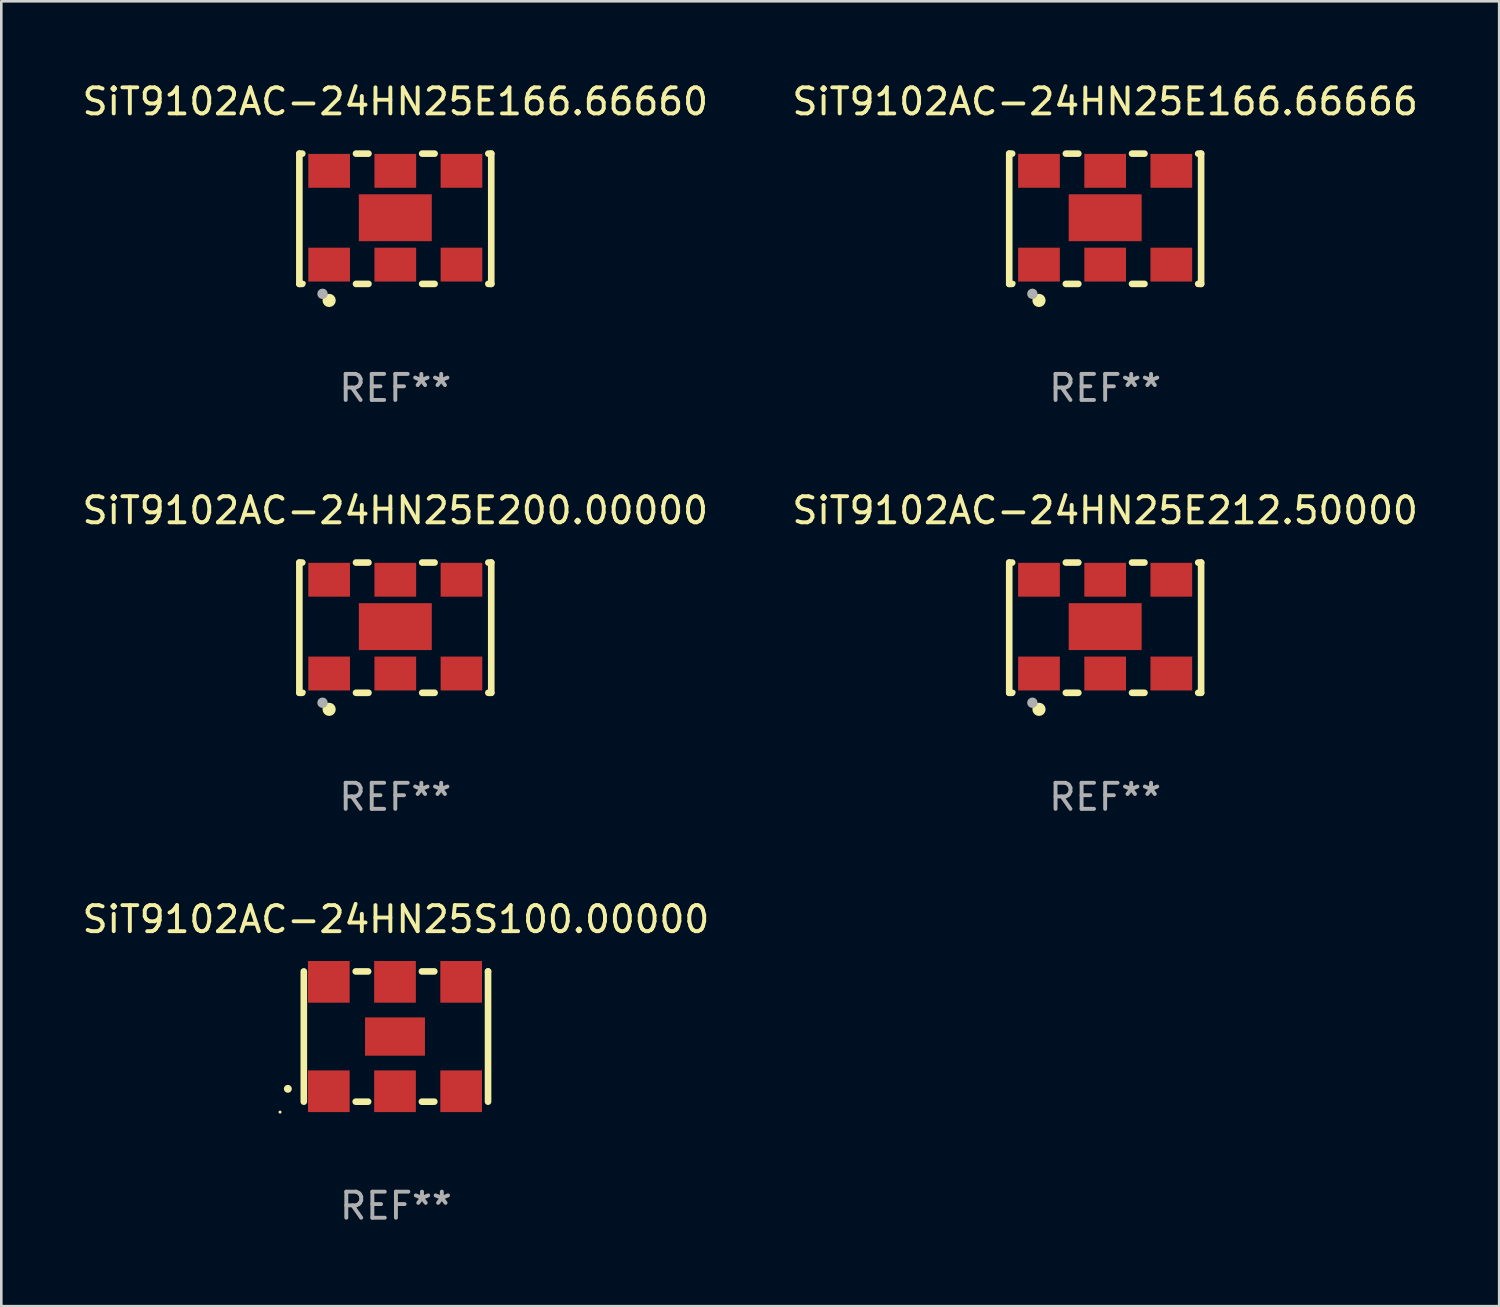
<source format=kicad_pcb>
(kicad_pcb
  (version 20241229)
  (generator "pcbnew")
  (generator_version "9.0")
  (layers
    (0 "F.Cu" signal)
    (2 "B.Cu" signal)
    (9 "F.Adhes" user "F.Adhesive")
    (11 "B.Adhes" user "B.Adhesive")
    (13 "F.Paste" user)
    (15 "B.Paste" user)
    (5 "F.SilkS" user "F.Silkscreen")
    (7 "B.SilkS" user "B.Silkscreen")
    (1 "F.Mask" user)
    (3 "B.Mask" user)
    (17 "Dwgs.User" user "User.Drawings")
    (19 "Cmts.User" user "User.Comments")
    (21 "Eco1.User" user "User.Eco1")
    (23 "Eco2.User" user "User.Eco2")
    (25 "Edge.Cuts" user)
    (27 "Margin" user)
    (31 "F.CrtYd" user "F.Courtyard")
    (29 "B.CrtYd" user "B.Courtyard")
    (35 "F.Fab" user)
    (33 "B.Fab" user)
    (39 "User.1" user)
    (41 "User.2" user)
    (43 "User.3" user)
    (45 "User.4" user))
  (footprint "SiT9102AC-24HN25E166.66666"
    (layer "F.Cu")
    (at 39.375 5.348)
    (property "Reference" "SiT9102AC-24HN25E166.66666" (at 0 -4.5 0) (layer "F.SilkS") (effects (font (size 1 1) (thickness 0.15))))
    (attr through_hole)
    (fp_line (start -3.683 -2.5) (end -3.571 -2.5) (stroke (width 0.254) (type solid)) (layer "F.SilkS"))
    (fp_line (start -3.683 2.5) (end -3.683 -2.5) (stroke (width 0.254) (type solid)) (layer "F.SilkS"))
    (fp_line (start -3.683 2.5) (end -3.571 2.5) (stroke (width 0.254) (type solid)) (layer "F.SilkS"))
    (fp_line (start -1.509 -2.5) (end -1.031 -2.5) (stroke (width 0.254) (type solid)) (layer "F.SilkS"))
    (fp_line (start -1.509 2.5) (end -1.031 2.5) (stroke (width 0.254) (type solid)) (layer "F.SilkS"))
    (fp_line (start 1.031 -2.5) (end 1.509 -2.5) (stroke (width 0.254) (type solid)) (layer "F.SilkS"))
    (fp_line (start 1.031 2.5) (end 1.509 2.5) (stroke (width 0.254) (type solid)) (layer "F.SilkS"))
    (fp_line (start 3.571 -2.5) (end 3.683 -2.5) (stroke (width 0.254) (type solid)) (layer "F.SilkS"))
    (fp_line (start 3.571 2.5) (end 3.683 2.5) (stroke (width 0.254) (type solid)) (layer "F.SilkS"))
    (fp_line (start 3.683 2.5) (end 3.683 -2.5) (stroke (width 0.254) (type solid)) (layer "F.SilkS"))
    (fp_circle (center -3.5 2.46) (end -3.47 2.46) (stroke (width 0.06) (type solid)) (fill no) (layer "F.SilkS"))
    (fp_circle (center -2.54 3.135) (end -2.413 3.135) (stroke (width 0.254) (type solid)) (fill no) (layer "F.SilkS"))
    (fp_circle (center -2.794 2.881) (end -2.694 2.881) (stroke (width 0.2) (type solid)) (fill no) (layer "F.Fab"))
    (fp_text user "REF**" (at 0 6.5 0) (layer "F.Fab") (effects (font (size 1 1) (thickness 0.15))))
    (pad "1" smd rect (at -2.54 1.76) (size 1.6 1.3) (layers "F.Cu" "F.Mask" "F.Paste"))
    (pad "2" smd rect (at 0 1.76) (size 1.6 1.3) (layers "F.Cu" "F.Mask" "F.Paste"))
    (pad "3" smd rect (at 2.54 1.76) (size 1.6 1.3) (layers "F.Cu" "F.Mask" "F.Paste"))
    (pad "4" smd rect (at 2.54 -1.84) (size 1.6 1.3) (layers "F.Cu" "F.Mask" "F.Paste"))
    (pad "5" smd rect (at 0 -1.84) (size 1.6 1.3) (layers "F.Cu" "F.Mask" "F.Paste"))
    (pad "6" smd rect (at -2.54 -1.84) (size 1.6 1.3) (layers "F.Cu" "F.Mask" "F.Paste"))
    (pad "7" smd rect (at 0 -0.04) (size 2.8 1.8) (layers "F.Cu" "F.Mask" "F.Paste")))
  (footprint "SiT9102AC-24HN25E212.50000"
    (layer "F.Cu")
    (at 39.375 21.045)
    (property "Reference" "SiT9102AC-24HN25E212.50000" (at 0 -4.5 0) (layer "F.SilkS") (effects (font (size 1 1) (thickness 0.15))))
    (attr through_hole)
    (fp_line (start -3.683 -2.5) (end -3.571 -2.5) (stroke (width 0.254) (type solid)) (layer "F.SilkS"))
    (fp_line (start -3.683 2.5) (end -3.683 -2.5) (stroke (width 0.254) (type solid)) (layer "F.SilkS"))
    (fp_line (start -3.683 2.5) (end -3.571 2.5) (stroke (width 0.254) (type solid)) (layer "F.SilkS"))
    (fp_line (start -1.509 -2.5) (end -1.031 -2.5) (stroke (width 0.254) (type solid)) (layer "F.SilkS"))
    (fp_line (start -1.509 2.5) (end -1.031 2.5) (stroke (width 0.254) (type solid)) (layer "F.SilkS"))
    (fp_line (start 1.031 -2.5) (end 1.509 -2.5) (stroke (width 0.254) (type solid)) (layer "F.SilkS"))
    (fp_line (start 1.031 2.5) (end 1.509 2.5) (stroke (width 0.254) (type solid)) (layer "F.SilkS"))
    (fp_line (start 3.571 -2.5) (end 3.683 -2.5) (stroke (width 0.254) (type solid)) (layer "F.SilkS"))
    (fp_line (start 3.571 2.5) (end 3.683 2.5) (stroke (width 0.254) (type solid)) (layer "F.SilkS"))
    (fp_line (start 3.683 2.5) (end 3.683 -2.5) (stroke (width 0.254) (type solid)) (layer "F.SilkS"))
    (fp_circle (center -3.5 2.46) (end -3.47 2.46) (stroke (width 0.06) (type solid)) (fill no) (layer "F.SilkS"))
    (fp_circle (center -2.54 3.135) (end -2.413 3.135) (stroke (width 0.254) (type solid)) (fill no) (layer "F.SilkS"))
    (fp_circle (center -2.794 2.881) (end -2.694 2.881) (stroke (width 0.2) (type solid)) (fill no) (layer "F.Fab"))
    (fp_text user "REF**" (at 0 6.5 0) (layer "F.Fab") (effects (font (size 1 1) (thickness 0.15))))
    (pad "1" smd rect (at -2.54 1.76) (size 1.6 1.3) (layers "F.Cu" "F.Mask" "F.Paste"))
    (pad "2" smd rect (at 0 1.76) (size 1.6 1.3) (layers "F.Cu" "F.Mask" "F.Paste"))
    (pad "3" smd rect (at 2.54 1.76) (size 1.6 1.3) (layers "F.Cu" "F.Mask" "F.Paste"))
    (pad "4" smd rect (at 2.54 -1.84) (size 1.6 1.3) (layers "F.Cu" "F.Mask" "F.Paste"))
    (pad "5" smd rect (at 0 -1.84) (size 1.6 1.3) (layers "F.Cu" "F.Mask" "F.Paste"))
    (pad "6" smd rect (at -2.54 -1.84) (size 1.6 1.3) (layers "F.Cu" "F.Mask" "F.Paste"))
    (pad "7" smd rect (at 0 -0.04) (size 2.8 1.8) (layers "F.Cu" "F.Mask" "F.Paste")))
  (footprint "SiT9102AC-24HN25S100.00000"
    (layer "F.Cu")
    (at 12.149 36.741)
    (property "Reference" "SiT9102AC-24HN25S100.00000" (at 0 -4.5 0) (layer "F.SilkS") (effects (font (size 1 1) (thickness 0.15))))
    (attr through_hole)
    (fp_line (start -3.536 -2.5) (end -3.536 2.5) (stroke (width 0.254) (type solid)) (layer "F.SilkS"))
    (fp_line (start -1.544 2.5) (end -1.067 2.5) (stroke (width 0.254) (type solid)) (layer "F.SilkS"))
    (fp_line (start -1.067 -2.5) (end -1.544 -2.5) (stroke (width 0.254) (type solid)) (layer "F.SilkS"))
    (fp_line (start 0.996 2.5) (end 1.473 2.5) (stroke (width 0.254) (type solid)) (layer "F.SilkS"))
    (fp_line (start 1.473 -2.5) (end 0.996 -2.5) (stroke (width 0.254) (type solid)) (layer "F.SilkS"))
    (fp_line (start 3.536 -2.5) (end 3.536 -2.5) (stroke (width 0.254) (type solid)) (layer "F.SilkS"))
    (fp_line (start 3.536 2.5) (end 3.536 -2.5) (stroke (width 0.254) (type solid)) (layer "F.SilkS"))
    (fp_arc (start -4.150432 2.006604) (mid -4.149162 2.006599) (end -4.147892 2.006604) (stroke (width 0.3) (type solid)) (layer "F.SilkS"))
    (fp_circle (center -4.449 2.9) (end -4.419 2.9) (stroke (width 0.06) (type solid)) (fill no) (layer "F.SilkS"))
    (fp_text user "REF**" (at 0 6.5 0) (layer "F.Fab") (effects (font (size 1 1) (thickness 0.15))))
    (pad "1" smd rect (at -2.576 2.1) (size 1.6 1.6) (layers "F.Cu" "F.Mask" "F.Paste"))
    (pad "2" smd rect (at -0.036 2.1) (size 1.6 1.6) (layers "F.Cu" "F.Mask" "F.Paste"))
    (pad "3" smd rect (at 2.504 2.1) (size 1.6 1.6) (layers "F.Cu" "F.Mask" "F.Paste"))
    (pad "4" smd rect (at 2.504 -2.1) (size 1.6 1.6) (layers "F.Cu" "F.Mask" "F.Paste"))
    (pad "5" smd rect (at -0.036 -2.1) (size 1.6 1.6) (layers "F.Cu" "F.Mask" "F.Paste"))
    (pad "6" smd rect (at -2.576 -2.1) (size 1.6 1.6) (layers "F.Cu" "F.Mask" "F.Paste"))
    (pad "7" smd rect (at -0.036 0) (size 2.3 1.47) (layers "F.Cu" "F.Mask" "F.Paste")))
  (footprint "SiT9102AC-24HN25E166.66660"
    (layer "F.Cu")
    (at 12.125 5.348)
    (property "Reference" "SiT9102AC-24HN25E166.66660" (at 0 -4.5 0) (layer "F.SilkS") (effects (font (size 1 1) (thickness 0.15))))
    (attr through_hole)
    (fp_line (start -3.683 -2.5) (end -3.571 -2.5) (stroke (width 0.254) (type solid)) (layer "F.SilkS"))
    (fp_line (start -3.683 2.5) (end -3.683 -2.5) (stroke (width 0.254) (type solid)) (layer "F.SilkS"))
    (fp_line (start -3.683 2.5) (end -3.571 2.5) (stroke (width 0.254) (type solid)) (layer "F.SilkS"))
    (fp_line (start -1.509 -2.5) (end -1.031 -2.5) (stroke (width 0.254) (type solid)) (layer "F.SilkS"))
    (fp_line (start -1.509 2.5) (end -1.031 2.5) (stroke (width 0.254) (type solid)) (layer "F.SilkS"))
    (fp_line (start 1.031 -2.5) (end 1.509 -2.5) (stroke (width 0.254) (type solid)) (layer "F.SilkS"))
    (fp_line (start 1.031 2.5) (end 1.509 2.5) (stroke (width 0.254) (type solid)) (layer "F.SilkS"))
    (fp_line (start 3.571 -2.5) (end 3.683 -2.5) (stroke (width 0.254) (type solid)) (layer "F.SilkS"))
    (fp_line (start 3.571 2.5) (end 3.683 2.5) (stroke (width 0.254) (type solid)) (layer "F.SilkS"))
    (fp_line (start 3.683 2.5) (end 3.683 -2.5) (stroke (width 0.254) (type solid)) (layer "F.SilkS"))
    (fp_circle (center -3.5 2.46) (end -3.47 2.46) (stroke (width 0.06) (type solid)) (fill no) (layer "F.SilkS"))
    (fp_circle (center -2.54 3.135) (end -2.413 3.135) (stroke (width 0.254) (type solid)) (fill no) (layer "F.SilkS"))
    (fp_circle (center -2.794 2.881) (end -2.694 2.881) (stroke (width 0.2) (type solid)) (fill no) (layer "F.Fab"))
    (fp_text user "REF**" (at 0 6.5 0) (layer "F.Fab") (effects (font (size 1 1) (thickness 0.15))))
    (pad "1" smd rect (at -2.54 1.76) (size 1.6 1.3) (layers "F.Cu" "F.Mask" "F.Paste"))
    (pad "2" smd rect (at 0 1.76) (size 1.6 1.3) (layers "F.Cu" "F.Mask" "F.Paste"))
    (pad "3" smd rect (at 2.54 1.76) (size 1.6 1.3) (layers "F.Cu" "F.Mask" "F.Paste"))
    (pad "4" smd rect (at 2.54 -1.84) (size 1.6 1.3) (layers "F.Cu" "F.Mask" "F.Paste"))
    (pad "5" smd rect (at 0 -1.84) (size 1.6 1.3) (layers "F.Cu" "F.Mask" "F.Paste"))
    (pad "6" smd rect (at -2.54 -1.84) (size 1.6 1.3) (layers "F.Cu" "F.Mask" "F.Paste"))
    (pad "7" smd rect (at 0 -0.04) (size 2.8 1.8) (layers "F.Cu" "F.Mask" "F.Paste")))
  (footprint "SiT9102AC-24HN25E200.00000"
    (layer "F.Cu")
    (at 12.125 21.045)
    (property "Reference" "SiT9102AC-24HN25E200.00000" (at 0 -4.5 0) (layer "F.SilkS") (effects (font (size 1 1) (thickness 0.15))))
    (attr through_hole)
    (fp_line (start -3.683 -2.5) (end -3.571 -2.5) (stroke (width 0.254) (type solid)) (layer "F.SilkS"))
    (fp_line (start -3.683 2.5) (end -3.683 -2.5) (stroke (width 0.254) (type solid)) (layer "F.SilkS"))
    (fp_line (start -3.683 2.5) (end -3.571 2.5) (stroke (width 0.254) (type solid)) (layer "F.SilkS"))
    (fp_line (start -1.509 -2.5) (end -1.031 -2.5) (stroke (width 0.254) (type solid)) (layer "F.SilkS"))
    (fp_line (start -1.509 2.5) (end -1.031 2.5) (stroke (width 0.254) (type solid)) (layer "F.SilkS"))
    (fp_line (start 1.031 -2.5) (end 1.509 -2.5) (stroke (width 0.254) (type solid)) (layer "F.SilkS"))
    (fp_line (start 1.031 2.5) (end 1.509 2.5) (stroke (width 0.254) (type solid)) (layer "F.SilkS"))
    (fp_line (start 3.571 -2.5) (end 3.683 -2.5) (stroke (width 0.254) (type solid)) (layer "F.SilkS"))
    (fp_line (start 3.571 2.5) (end 3.683 2.5) (stroke (width 0.254) (type solid)) (layer "F.SilkS"))
    (fp_line (start 3.683 2.5) (end 3.683 -2.5) (stroke (width 0.254) (type solid)) (layer "F.SilkS"))
    (fp_circle (center -3.5 2.46) (end -3.47 2.46) (stroke (width 0.06) (type solid)) (fill no) (layer "F.SilkS"))
    (fp_circle (center -2.54 3.135) (end -2.413 3.135) (stroke (width 0.254) (type solid)) (fill no) (layer "F.SilkS"))
    (fp_circle (center -2.794 2.881) (end -2.694 2.881) (stroke (width 0.2) (type solid)) (fill no) (layer "F.Fab"))
    (fp_text user "REF**" (at 0 6.5 0) (layer "F.Fab") (effects (font (size 1 1) (thickness 0.15))))
    (pad "1" smd rect (at -2.54 1.76) (size 1.6 1.3) (layers "F.Cu" "F.Mask" "F.Paste"))
    (pad "2" smd rect (at 0 1.76) (size 1.6 1.3) (layers "F.Cu" "F.Mask" "F.Paste"))
    (pad "3" smd rect (at 2.54 1.76) (size 1.6 1.3) (layers "F.Cu" "F.Mask" "F.Paste"))
    (pad "4" smd rect (at 2.54 -1.84) (size 1.6 1.3) (layers "F.Cu" "F.Mask" "F.Paste"))
    (pad "5" smd rect (at 0 -1.84) (size 1.6 1.3) (layers "F.Cu" "F.Mask" "F.Paste"))
    (pad "6" smd rect (at -2.54 -1.84) (size 1.6 1.3) (layers "F.Cu" "F.Mask" "F.Paste"))
    (pad "7" smd rect (at 0 -0.04) (size 2.8 1.8) (layers "F.Cu" "F.Mask" "F.Paste")))
  (gr_rect
    (start -3 -3)
    (end 54.5 47.09)
    (stroke (width 0.1) (type default))
    (fill no)
    (layer "Edge.Cuts")))
</source>
